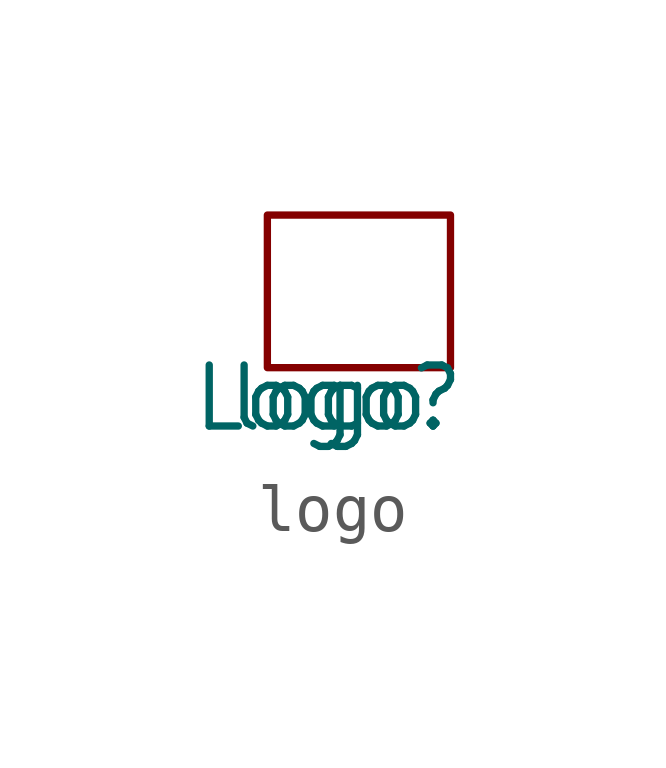
<source format=kicad_sym>
(kicad_symbol_lib
  (version 20241209)
  (generator "kicad_symbol_editor")
  (generator_version "9.0")
  (symbol "logo"
    (pin_names
      (offset 1.016))
    (property "Reference" "Logo"
      (at 0 0 0)
      (effects (font (size 1.27 1.27))))
    (property "Value" "logo"
      (at 0 0 0)
      (effects (font (size 1.27 1.27))))
    (symbol "logo_0_1"
      (rectangle (start -1.27 3.81) (end 2.54 0.635) (stroke (width 0) (type solid)) (fill (type none))))))
</source>
